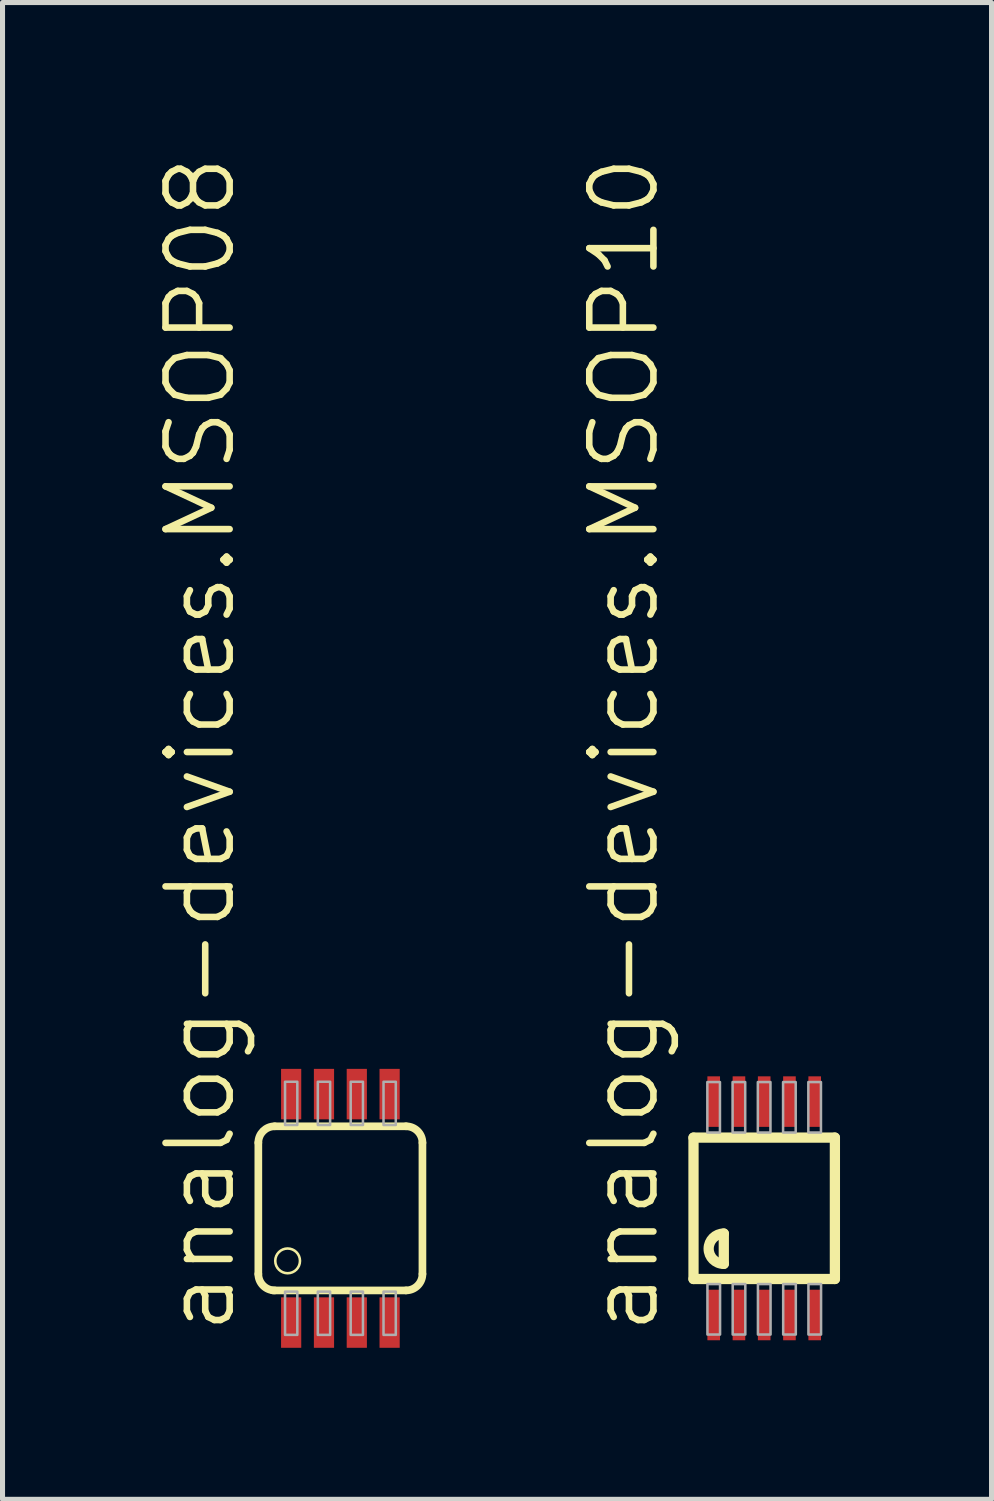
<source format=kicad_pcb>
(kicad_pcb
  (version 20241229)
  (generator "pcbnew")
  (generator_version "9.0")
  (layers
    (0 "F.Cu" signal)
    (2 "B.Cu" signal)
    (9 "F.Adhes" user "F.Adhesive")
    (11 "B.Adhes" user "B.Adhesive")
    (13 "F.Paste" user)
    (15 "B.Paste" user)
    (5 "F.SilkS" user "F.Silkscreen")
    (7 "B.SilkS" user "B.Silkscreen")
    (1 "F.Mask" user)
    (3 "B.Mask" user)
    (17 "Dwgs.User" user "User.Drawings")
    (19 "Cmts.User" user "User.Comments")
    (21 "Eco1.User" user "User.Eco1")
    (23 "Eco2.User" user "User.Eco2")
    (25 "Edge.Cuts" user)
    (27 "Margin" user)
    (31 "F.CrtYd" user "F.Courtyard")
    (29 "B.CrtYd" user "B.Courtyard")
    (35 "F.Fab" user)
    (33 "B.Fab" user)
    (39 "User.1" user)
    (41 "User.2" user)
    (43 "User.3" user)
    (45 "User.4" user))
  (footprint "analog-devices.MSOP08"
    (layer "F.Cu")
    (at 3.692 20.879)
    (property "Reference" "analog-devices.MSOP08" (at -2.032 2.54 90) (layer "F.SilkS") (effects (font (size 1.27 1.27) (thickness 0.13)) (justify left bottom)))
    (attr smd)
    (fp_line (start -1.626 1.301) (end -1.626 -1.299) (stroke (width 0.152) (type default)) (layer "F.SilkS"))
    (fp_line (start -1.341 1.626) (end 1.299 1.626) (stroke (width 0.152) (type default)) (layer "F.SilkS"))
    (fp_line (start -1.301 -1.624) (end 1.299 -1.624) (stroke (width 0.152) (type default)) (layer "F.SilkS"))
    (fp_line (start 1.624 -1.299) (end 1.624 1.301) (stroke (width 0.152) (type default)) (layer "F.SilkS"))
    (fp_arc (start -1.626 -1.299) (mid -1.53081 -1.52881) (end -1.301 -1.624) (stroke (width 0.1524) (type default)) (layer "F.SilkS"))
    (fp_arc (start -1.301 1.626) (mid -1.53081 1.53081) (end -1.626 1.301) (stroke (width 0.1524) (type default)) (layer "F.SilkS"))
    (fp_arc (start 1.299 -1.624) (mid 1.52881 -1.52881) (end 1.624 -1.299) (stroke (width 0.1524) (type default)) (layer "F.SilkS"))
    (fp_arc (start 1.624 1.301) (mid 1.52881 1.53081) (end 1.299 1.626) (stroke (width 0.1524) (type default)) (layer "F.SilkS"))
    (fp_circle (center -1.046 1.041) (end -0.801 1.041) (stroke (width 0.051) (type default)) (fill no) (layer "F.SilkS"))
    (fp_rect (start -1.097 -1.65) (end -0.854 -2.506) (stroke (width 0.05) (type default)) (fill no) (layer "F.Fab"))
    (fp_rect (start -1.097 2.507) (end -0.854 1.65) (stroke (width 0.05) (type default)) (fill no) (layer "F.Fab"))
    (fp_rect (start -0.448 -1.65) (end -0.204 -2.506) (stroke (width 0.05) (type default)) (fill no) (layer "F.Fab"))
    (fp_rect (start -0.448 2.507) (end -0.204 1.65) (stroke (width 0.05) (type default)) (fill no) (layer "F.Fab"))
    (fp_rect (start 0.203 -1.65) (end 0.446 -2.506) (stroke (width 0.05) (type default)) (fill no) (layer "F.Fab"))
    (fp_rect (start 0.203 2.507) (end 0.446 1.65) (stroke (width 0.05) (type default)) (fill no) (layer "F.Fab"))
    (fp_rect (start 0.853 -1.65) (end 1.096 -2.506) (stroke (width 0.05) (type default)) (fill no) (layer "F.Fab"))
    (fp_rect (start 0.853 2.507) (end 1.096 1.65) (stroke (width 0.05) (type default)) (fill no) (layer "F.Fab"))
    (pad "1" smd roundrect (at -0.976 2.263) (size 0.4 1) (layers "F.Cu" "F.Mask" "F.Paste") (roundrect_rratio 0.01))
    (pad "2" smd roundrect (at -0.326 2.263) (size 0.4 1) (layers "F.Cu" "F.Mask" "F.Paste") (roundrect_rratio 0.01))
    (pad "3" smd roundrect (at 0.324 2.263) (size 0.4 1) (layers "F.Cu" "F.Mask" "F.Paste") (roundrect_rratio 0.01))
    (pad "4" smd roundrect (at 0.974 2.263) (size 0.4 1) (layers "F.Cu" "F.Mask" "F.Paste") (roundrect_rratio 0.01))
    (pad "5" smd roundrect (at 0.974 -2.262) (size 0.4 1) (layers "F.Cu" "F.Mask" "F.Paste") (roundrect_rratio 0.01))
    (pad "6" smd roundrect (at 0.324 -2.262) (size 0.4 1) (layers "F.Cu" "F.Mask" "F.Paste") (roundrect_rratio 0.01))
    (pad "7" smd roundrect (at -0.326 -2.262) (size 0.4 1) (layers "F.Cu" "F.Mask" "F.Paste") (roundrect_rratio 0.01))
    (pad "8" smd roundrect (at -0.976 -2.262) (size 0.4 1) (layers "F.Cu" "F.Mask" "F.Paste") (roundrect_rratio 0.01)))
  (footprint "analog-devices.MSOP10"
    (layer "F.Cu")
    (at 12.084 20.879)
    (property "Reference" "analog-devices.MSOP10" (at -2.032 2.54 90) (layer "F.SilkS") (effects (font (size 1.27 1.27) (thickness 0.13)) (justify left bottom)))
    (attr smd)
    (fp_line (start -1.4 -1.4) (end 1.4 -1.4) (stroke (width 0.203) (type default)) (layer "F.SilkS"))
    (fp_line (start -1.4 1.4) (end -1.4 -1.4) (stroke (width 0.203) (type default)) (layer "F.SilkS"))
    (fp_line (start -0.8 0.5) (end -0.8 1.1) (stroke (width 0.203) (type default)) (layer "F.SilkS"))
    (fp_line (start 1.4 -1.4) (end 1.4 1.4) (stroke (width 0.203) (type default)) (layer "F.SilkS"))
    (fp_line (start 1.4 1.4) (end -1.4 1.4) (stroke (width 0.203) (type default)) (layer "F.SilkS"))
    (fp_arc (start -0.8 1.1) (mid -1.1 0.8) (end -0.8 0.5) (stroke (width 0.2032) (type default)) (layer "F.SilkS"))
    (fp_rect (start -1.126 -1.5) (end -0.876 -2.5) (stroke (width 0.05) (type default)) (fill no) (layer "F.Fab"))
    (fp_rect (start -1.124 2.5) (end -0.874 1.5) (stroke (width 0.05) (type default)) (fill no) (layer "F.Fab"))
    (fp_rect (start -0.626 -1.5) (end -0.376 -2.5) (stroke (width 0.05) (type default)) (fill no) (layer "F.Fab"))
    (fp_rect (start -0.624 2.5) (end -0.374 1.5) (stroke (width 0.05) (type default)) (fill no) (layer "F.Fab"))
    (fp_rect (start -0.126 -1.5) (end 0.124 -2.5) (stroke (width 0.05) (type default)) (fill no) (layer "F.Fab"))
    (fp_rect (start -0.124 2.5) (end 0.126 1.5) (stroke (width 0.05) (type default)) (fill no) (layer "F.Fab"))
    (fp_rect (start 0.374 -1.5) (end 0.624 -2.5) (stroke (width 0.05) (type default)) (fill no) (layer "F.Fab"))
    (fp_rect (start 0.376 2.5) (end 0.626 1.5) (stroke (width 0.05) (type default)) (fill no) (layer "F.Fab"))
    (fp_rect (start 0.874 -1.5) (end 1.124 -2.5) (stroke (width 0.05) (type default)) (fill no) (layer "F.Fab"))
    (fp_rect (start 0.876 2.5) (end 1.126 1.5) (stroke (width 0.05) (type default)) (fill no) (layer "F.Fab"))
    (pad "1" smd roundrect (at -1 2.113) (size 0.25 1) (layers "F.Cu" "F.Mask" "F.Paste") (roundrect_rratio 0.01))
    (pad "2" smd roundrect (at -0.5 2.113) (size 0.25 1) (layers "F.Cu" "F.Mask" "F.Paste") (roundrect_rratio 0.01))
    (pad "3" smd roundrect (at 0 2.113) (size 0.25 1) (layers "F.Cu" "F.Mask" "F.Paste") (roundrect_rratio 0.01))
    (pad "4" smd roundrect (at 0.5 2.113) (size 0.25 1) (layers "F.Cu" "F.Mask" "F.Paste") (roundrect_rratio 0.01))
    (pad "5" smd roundrect (at 1 2.113) (size 0.25 1) (layers "F.Cu" "F.Mask" "F.Paste") (roundrect_rratio 0.01))
    (pad "6" smd roundrect (at 1 -2.113 180) (size 0.25 1) (layers "F.Cu" "F.Mask" "F.Paste") (roundrect_rratio 0.01))
    (pad "7" smd roundrect (at 0.5 -2.113 180) (size 0.25 1) (layers "F.Cu" "F.Mask" "F.Paste") (roundrect_rratio 0.01))
    (pad "8" smd roundrect (at 0 -2.113 180) (size 0.25 1) (layers "F.Cu" "F.Mask" "F.Paste") (roundrect_rratio 0.01))
    (pad "9" smd roundrect (at -0.5 -2.113 180) (size 0.25 1) (layers "F.Cu" "F.Mask" "F.Paste") (roundrect_rratio 0.01))
    (pad "10" smd roundrect (at -1 -2.113 180) (size 0.25 1) (layers "F.Cu" "F.Mask" "F.Paste") (roundrect_rratio 0.01)))
  (gr_rect
    (start -3 -3)
    (end 16.586 26.642)
    (stroke (width 0.1) (type default))
    (fill no)
    (layer "Edge.Cuts")))
</source>
